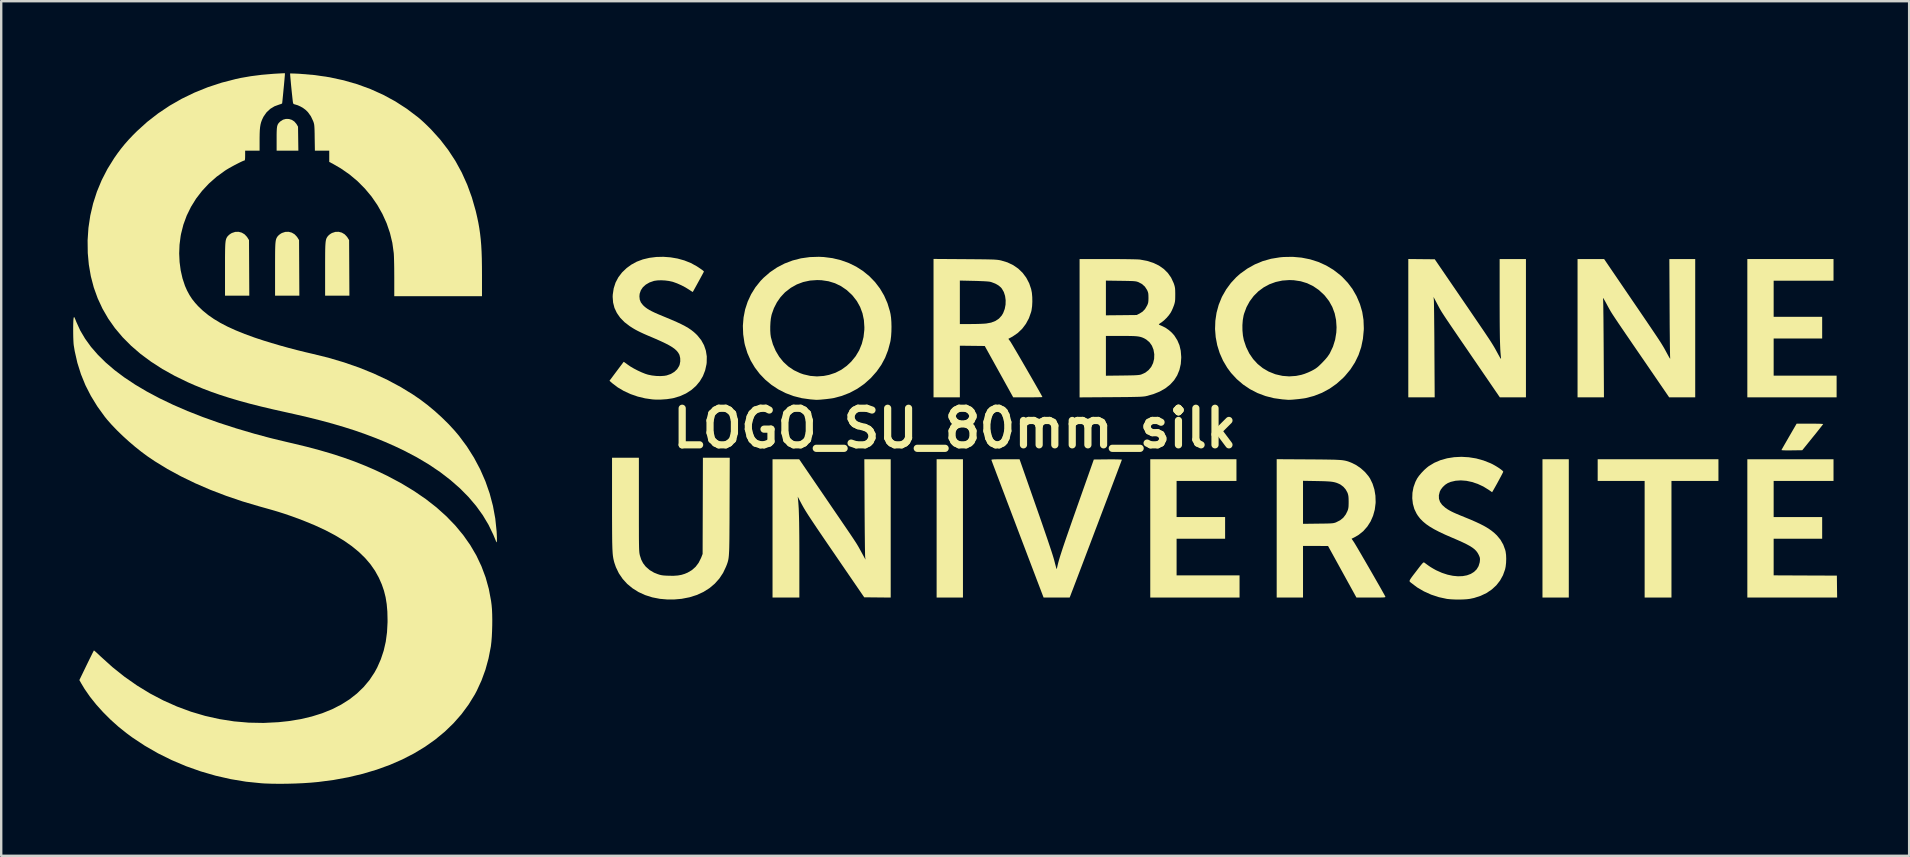
<source format=kicad_pcb>
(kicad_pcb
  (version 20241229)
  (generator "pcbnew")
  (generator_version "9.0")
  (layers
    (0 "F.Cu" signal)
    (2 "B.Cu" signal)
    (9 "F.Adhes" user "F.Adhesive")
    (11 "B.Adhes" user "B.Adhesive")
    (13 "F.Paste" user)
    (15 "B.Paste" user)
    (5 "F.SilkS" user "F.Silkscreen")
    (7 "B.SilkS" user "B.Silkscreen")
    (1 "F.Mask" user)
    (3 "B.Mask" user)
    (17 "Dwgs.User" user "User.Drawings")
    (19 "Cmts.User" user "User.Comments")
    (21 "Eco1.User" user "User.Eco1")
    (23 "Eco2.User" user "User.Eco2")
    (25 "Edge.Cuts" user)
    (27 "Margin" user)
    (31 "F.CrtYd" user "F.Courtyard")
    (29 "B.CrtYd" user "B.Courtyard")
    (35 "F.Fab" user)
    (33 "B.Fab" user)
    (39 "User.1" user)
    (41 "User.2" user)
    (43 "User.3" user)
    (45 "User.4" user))
  (footprint "LOGO_SU_80mm_silk"
    (layer "F.Cu")
    (at 36.739 14.8)
    (property "Reference" "LOGO_SU_80mm_silk" (at 0 0 0) (layer "F.SilkS") (effects (font (size 1.524 1.524) (thickness 0.3))))
    (attr board_only exclude_from_pos_files exclude_from_bom)
    (fp_poly (pts (xy 0.344 7.054) (xy -0.753 7.054) (xy -0.753 1.29) (xy 0.344 1.29)) (stroke (width 0) (type solid)) (fill yes) (layer "F.SilkS"))
    (fp_poly (pts (xy 25.594 7.054) (xy 24.497 7.054) (xy 24.497 1.29) (xy 25.594 1.29)) (stroke (width 0) (type solid)) (fill yes) (layer "F.SilkS"))
    (fp_poly (pts (xy 31.831 2.194) (xy 29.873 2.194) (xy 29.873 7.054) (xy 28.755 7.054) (xy 28.755 2.194) (xy 26.798 2.194) (xy 26.798 1.29) (xy 31.831 1.29)) (stroke (width 0) (type solid)) (fill yes) (layer "F.SilkS"))
    (fp_poly (pts (xy 11.743 2.194) (xy 9.248 2.194) (xy 9.248 3.699) (xy 11.27 3.699) (xy 11.27 4.603) (xy 9.248 4.603) (xy 9.248 6.13) (xy 11.872 6.13) (xy 11.872 7.054) (xy 8.151 7.054) (xy 8.151 1.29) (xy 11.743 1.29)) (stroke (width 0) (type solid)) (fill yes) (layer "F.SilkS"))
    (fp_poly (pts (xy 36.627 -6.151) (xy 34.132 -6.151) (xy 34.132 -4.646) (xy 36.154 -4.646) (xy 36.154 -3.742) (xy 34.132 -3.742) (xy 34.132 -2.194) (xy 36.756 -2.194) (xy 36.756 -1.29) (xy 33.035 -1.29) (xy 33.035 -7.054) (xy 36.627 -7.054)) (stroke (width 0) (type solid)) (fill yes) (layer "F.SilkS"))
    (fp_poly (pts (xy 36.627 2.194) (xy 34.132 2.194) (xy 34.132 3.699) (xy 36.154 3.699) (xy 36.154 4.603) (xy 34.132 4.603) (xy 34.132 6.129) (xy 35.449 6.135) (xy 36.767 6.14) (xy 36.772 6.597) (xy 36.778 7.054) (xy 33.035 7.054) (xy 33.035 1.29) (xy 36.627 1.29)) (stroke (width 0) (type solid)) (fill yes) (layer "F.SilkS"))
    (fp_poly (pts (xy -27.747 -12.891) (xy -27.628 -12.855) (xy -27.521 -12.785) (xy -27.435 -12.685) (xy -27.428 -12.673) (xy -27.368 -12.571) (xy -27.361 -12.071) (xy -27.354 -11.571) (xy -28.26 -11.571) (xy -28.26 -12.066) (xy -28.26 -12.242) (xy -28.257 -12.38) (xy -28.251 -12.488) (xy -28.241 -12.57) (xy -28.224 -12.634) (xy -28.201 -12.684) (xy -28.168 -12.728) (xy -28.126 -12.77) (xy -28.101 -12.793) (xy -27.992 -12.862) (xy -27.871 -12.894)) (stroke (width 0) (type solid)) (fill yes) (layer "F.SilkS"))
    (fp_poly (pts (xy -29.717 -8.156) (xy -29.598 -8.086) (xy -29.499 -7.982) (xy -29.476 -7.948) (xy -29.411 -7.843) (xy -29.399 -5.527) (xy -30.411 -5.527) (xy -30.411 -6.632) (xy -30.411 -6.893) (xy -30.411 -7.114) (xy -30.409 -7.3) (xy -30.407 -7.455) (xy -30.403 -7.581) (xy -30.398 -7.683) (xy -30.39 -7.763) (xy -30.381 -7.827) (xy -30.368 -7.878) (xy -30.353 -7.919) (xy -30.335 -7.954) (xy -30.313 -7.987) (xy -30.295 -8.011) (xy -30.244 -8.061) (xy -30.172 -8.113) (xy -30.121 -8.141) (xy -29.985 -8.185) (xy -29.848 -8.189)) (stroke (width 0) (type solid)) (fill yes) (layer "F.SilkS"))
    (fp_poly (pts (xy -27.631 -8.156) (xy -27.512 -8.086) (xy -27.413 -7.982) (xy -27.39 -7.948) (xy -27.325 -7.843) (xy -27.319 -6.685) (xy -27.313 -5.527) (xy -28.325 -5.527) (xy -28.325 -6.632) (xy -28.325 -6.893) (xy -28.324 -7.114) (xy -28.323 -7.3) (xy -28.321 -7.455) (xy -28.317 -7.581) (xy -28.312 -7.683) (xy -28.304 -7.763) (xy -28.295 -7.827) (xy -28.282 -7.878) (xy -28.267 -7.919) (xy -28.249 -7.954) (xy -28.227 -7.987) (xy -28.209 -8.011) (xy -28.158 -8.061) (xy -28.086 -8.113) (xy -28.035 -8.141) (xy -27.899 -8.185) (xy -27.762 -8.189)) (stroke (width 0) (type solid)) (fill yes) (layer "F.SilkS"))
    (fp_poly (pts (xy -25.545 -8.156) (xy -25.426 -8.086) (xy -25.327 -7.982) (xy -25.304 -7.948) (xy -25.239 -7.843) (xy -25.233 -6.685) (xy -25.227 -5.527) (xy -26.239 -5.527) (xy -26.239 -6.632) (xy -26.239 -6.893) (xy -26.238 -7.114) (xy -26.237 -7.3) (xy -26.235 -7.455) (xy -26.231 -7.581) (xy -26.225 -7.683) (xy -26.218 -7.763) (xy -26.208 -7.827) (xy -26.196 -7.878) (xy -26.181 -7.919) (xy -26.162 -7.954) (xy -26.14 -7.987) (xy -26.122 -8.011) (xy -26.072 -8.061) (xy -26 -8.113) (xy -25.949 -8.141) (xy -25.813 -8.185) (xy -25.676 -8.189)) (stroke (width 0) (type solid)) (fill yes) (layer "F.SilkS"))
    (fp_poly (pts (xy 35.792 -0.193) (xy 35.926 -0.191) (xy 36.039 -0.189) (xy 36.125 -0.185) (xy 36.179 -0.181) (xy 36.195 -0.177) (xy 36.182 -0.157) (xy 36.145 -0.108) (xy 36.087 -0.034) (xy 36.011 0.062) (xy 35.922 0.175) (xy 35.821 0.3) (xy 35.759 0.376) (xy 35.325 0.914) (xy 34.888 0.92) (xy 34.737 0.921) (xy 34.615 0.92) (xy 34.526 0.917) (xy 34.472 0.912) (xy 34.458 0.905) (xy 34.47 0.882) (xy 34.501 0.827) (xy 34.548 0.744) (xy 34.609 0.638) (xy 34.68 0.515) (xy 34.758 0.379) (xy 34.777 0.346) (xy 35.089 -0.192) (xy 35.643 -0.193)) (stroke (width 0) (type solid)) (fill yes) (layer "F.SilkS"))
    (fp_poly (pts (xy -5.332 2.973) (xy -5.133 3.265) (xy -4.956 3.524) (xy -4.8 3.752) (xy -4.664 3.952) (xy -4.545 4.126) (xy -4.443 4.276) (xy -4.355 4.405) (xy -4.281 4.516) (xy -4.218 4.61) (xy -4.166 4.69) (xy -4.121 4.758) (xy -4.084 4.817) (xy -4.052 4.87) (xy -4.023 4.918) (xy -3.997 4.964) (xy -3.971 5.011) (xy -3.944 5.06) (xy -3.914 5.114) (xy -3.888 5.162) (xy -3.718 5.474) (xy -3.732 5.355) (xy -3.734 5.317) (xy -3.736 5.238) (xy -3.738 5.123) (xy -3.741 4.975) (xy -3.743 4.797) (xy -3.745 4.592) (xy -3.748 4.364) (xy -3.75 4.115) (xy -3.752 3.849) (xy -3.754 3.57) (xy -3.756 3.28) (xy -3.756 3.264) (xy -3.766 1.29) (xy -2.667 1.29) (xy -2.667 7.055) (xy -3.771 7.044) (xy -4.715 5.667) (xy -4.939 5.339) (xy -5.141 5.044) (xy -5.322 4.78) (xy -5.482 4.545) (xy -5.624 4.336) (xy -5.749 4.152) (xy -5.857 3.99) (xy -5.952 3.848) (xy -6.034 3.724) (xy -6.105 3.616) (xy -6.165 3.521) (xy -6.218 3.437) (xy -6.263 3.362) (xy -6.303 3.294) (xy -6.338 3.231) (xy -6.372 3.17) (xy -6.388 3.14) (xy -6.541 2.85) (xy -6.529 2.968) (xy -6.518 3.082) (xy -6.509 3.212) (xy -6.5 3.359) (xy -6.494 3.528) (xy -6.488 3.72) (xy -6.483 3.938) (xy -6.48 4.186) (xy -6.477 4.466) (xy -6.475 4.782) (xy -6.474 5.135) (xy -6.474 5.425) (xy -6.474 7.054) (xy -7.592 7.054) (xy -7.592 1.29) (xy -6.482 1.29)) (stroke (width 0) (type solid)) (fill yes) (layer "F.SilkS"))
    (fp_poly (pts (xy 19.457 -7.049) (xy 20.008 -7.044) (xy 21.038 -5.538) (xy 21.249 -5.23) (xy 21.437 -4.955) (xy 21.603 -4.711) (xy 21.75 -4.495) (xy 21.879 -4.306) (xy 21.991 -4.141) (xy 22.089 -3.997) (xy 22.172 -3.873) (xy 22.244 -3.765) (xy 22.305 -3.673) (xy 22.357 -3.592) (xy 22.401 -3.522) (xy 22.44 -3.459) (xy 22.474 -3.402) (xy 22.506 -3.348) (xy 22.536 -3.294) (xy 22.566 -3.24) (xy 22.598 -3.181) (xy 22.603 -3.172) (xy 22.666 -3.056) (xy 22.712 -2.974) (xy 22.743 -2.923) (xy 22.761 -2.9) (xy 22.769 -2.9) (xy 22.77 -2.921) (xy 22.766 -2.957) (xy 22.756 -3.055) (xy 22.747 -3.165) (xy 22.739 -3.291) (xy 22.733 -3.434) (xy 22.727 -3.599) (xy 22.722 -3.788) (xy 22.719 -4.005) (xy 22.716 -4.251) (xy 22.714 -4.53) (xy 22.713 -4.845) (xy 22.712 -5.198) (xy 22.712 -5.371) (xy 22.712 -7.054) (xy 23.808 -7.054) (xy 23.808 -1.29) (xy 22.72 -1.29) (xy 21.568 -2.973) (xy 21.366 -3.269) (xy 21.186 -3.531) (xy 21.027 -3.763) (xy 20.889 -3.966) (xy 20.768 -4.143) (xy 20.663 -4.297) (xy 20.574 -4.429) (xy 20.497 -4.543) (xy 20.433 -4.639) (xy 20.379 -4.722) (xy 20.333 -4.793) (xy 20.294 -4.854) (xy 20.261 -4.909) (xy 20.232 -4.959) (xy 20.205 -5.006) (xy 20.18 -5.054) (xy 20.153 -5.104) (xy 20.124 -5.159) (xy 20.109 -5.186) (xy 19.957 -5.474) (xy 19.97 -5.345) (xy 19.972 -5.304) (xy 19.974 -5.224) (xy 19.976 -5.108) (xy 19.978 -4.958) (xy 19.981 -4.779) (xy 19.983 -4.573) (xy 19.985 -4.343) (xy 19.988 -4.094) (xy 19.99 -3.828) (xy 19.992 -3.548) (xy 19.993 -3.258) (xy 19.993 -3.253) (xy 20.005 -1.29) (xy 18.905 -1.29) (xy 18.905 -7.055)) (stroke (width 0) (type solid)) (fill yes) (layer "F.SilkS"))
    (fp_poly (pts (xy 30.863 -1.29) (xy 30.32 -1.291) (xy 29.777 -1.291) (xy 28.626 -2.971) (xy 28.426 -3.262) (xy 28.249 -3.52) (xy 28.094 -3.748) (xy 27.957 -3.947) (xy 27.839 -4.121) (xy 27.736 -4.271) (xy 27.649 -4.4) (xy 27.575 -4.511) (xy 27.512 -4.605) (xy 27.459 -4.685) (xy 27.414 -4.754) (xy 27.376 -4.814) (xy 27.343 -4.868) (xy 27.314 -4.918) (xy 27.287 -4.965) (xy 27.26 -5.014) (xy 27.232 -5.065) (xy 27.201 -5.122) (xy 27.18 -5.162) (xy 27.118 -5.276) (xy 27.073 -5.355) (xy 27.044 -5.404) (xy 27.027 -5.425) (xy 27.02 -5.422) (xy 27.02 -5.398) (xy 27.024 -5.366) (xy 27.026 -5.329) (xy 27.028 -5.252) (xy 27.031 -5.139) (xy 27.033 -4.992) (xy 27.035 -4.815) (xy 27.038 -4.612) (xy 27.04 -4.384) (xy 27.042 -4.136) (xy 27.044 -3.871) (xy 27.046 -3.592) (xy 27.048 -3.302) (xy 27.048 -3.274) (xy 27.059 -1.29) (xy 25.959 -1.29) (xy 25.959 -7.054) (xy 26.513 -7.053) (xy 27.067 -7.052) (xy 28.237 -5.335) (xy 28.438 -5.041) (xy 28.615 -4.781) (xy 28.772 -4.55) (xy 28.909 -4.348) (xy 29.028 -4.172) (xy 29.132 -4.018) (xy 29.221 -3.886) (xy 29.298 -3.771) (xy 29.363 -3.671) (xy 29.419 -3.585) (xy 29.467 -3.509) (xy 29.508 -3.441) (xy 29.546 -3.378) (xy 29.58 -3.319) (xy 29.613 -3.259) (xy 29.646 -3.198) (xy 29.681 -3.133) (xy 29.695 -3.108) (xy 29.75 -3.007) (xy 29.787 -2.941) (xy 29.81 -2.908) (xy 29.82 -2.904) (xy 29.82 -2.925) (xy 29.819 -2.936) (xy 29.817 -2.969) (xy 29.814 -3.043) (xy 29.812 -3.153) (xy 29.81 -3.297) (xy 29.807 -3.471) (xy 29.805 -3.673) (xy 29.803 -3.899) (xy 29.8 -4.145) (xy 29.798 -4.41) (xy 29.797 -4.689) (xy 29.795 -4.98) (xy 29.795 -5.038) (xy 29.785 -7.054) (xy 30.863 -7.054)) (stroke (width 0) (type solid)) (fill yes) (layer "F.SilkS"))
    (fp_poly (pts (xy -27.615 -14.787) (xy -27.527 -14.785) (xy -27.416 -14.78) (xy -27.292 -14.774) (xy -26.662 -14.72) (xy -26.053 -14.63) (xy -25.463 -14.502) (xy -24.894 -14.338) (xy -24.346 -14.137) (xy -23.82 -13.9) (xy -23.316 -13.627) (xy -22.836 -13.317) (xy -22.379 -12.972) (xy -22.292 -12.9) (xy -22.211 -12.828) (xy -22.109 -12.735) (xy -21.998 -12.629) (xy -21.887 -12.519) (xy -21.818 -12.45) (xy -21.447 -12.039) (xy -21.111 -11.603) (xy -20.81 -11.144) (xy -20.545 -10.66) (xy -20.316 -10.151) (xy -20.122 -9.619) (xy -19.963 -9.063) (xy -19.959 -9.046) (xy -19.903 -8.805) (xy -19.854 -8.573) (xy -19.814 -8.346) (xy -19.781 -8.117) (xy -19.754 -7.88) (xy -19.733 -7.63) (xy -19.718 -7.36) (xy -19.708 -7.066) (xy -19.703 -6.741) (xy -19.701 -6.378) (xy -19.701 -6.361) (xy -19.701 -5.506) (xy -23.357 -5.506) (xy -23.357 -6.285) (xy -23.358 -6.477) (xy -23.359 -6.665) (xy -23.362 -6.844) (xy -23.366 -7.005) (xy -23.37 -7.143) (xy -23.375 -7.25) (xy -23.379 -7.306) (xy -23.437 -7.728) (xy -23.537 -8.142) (xy -23.675 -8.545) (xy -23.851 -8.934) (xy -24.062 -9.307) (xy -24.306 -9.661) (xy -24.583 -9.992) (xy -24.889 -10.3) (xy -25.223 -10.58) (xy -25.583 -10.83) (xy -25.881 -11.003) (xy -26.067 -11.101) (xy -26.067 -11.571) (xy -26.665 -11.571) (xy -26.674 -12.114) (xy -26.676 -12.282) (xy -26.679 -12.413) (xy -26.683 -12.515) (xy -26.688 -12.592) (xy -26.694 -12.651) (xy -26.704 -12.7) (xy -26.716 -12.743) (xy -26.732 -12.788) (xy -26.737 -12.801) (xy -26.832 -13.003) (xy -26.952 -13.171) (xy -27.039 -13.259) (xy -27.139 -13.336) (xy -27.258 -13.407) (xy -27.378 -13.462) (xy -27.486 -13.495) (xy -27.49 -13.496) (xy -27.544 -13.511) (xy -27.569 -13.539) (xy -27.581 -13.589) (xy -27.589 -13.649) (xy -27.599 -13.738) (xy -27.611 -13.85) (xy -27.625 -13.978) (xy -27.639 -14.115) (xy -27.653 -14.255) (xy -27.666 -14.392) (xy -27.677 -14.518) (xy -27.687 -14.627) (xy -27.694 -14.712) (xy -27.698 -14.768) (xy -27.698 -14.786) (xy -27.674 -14.788)) (stroke (width 0) (type solid)) (fill yes) (layer "F.SilkS"))
    (fp_poly (pts (xy 0.425 -7.049) (xy 0.696 -7.047) (xy 0.928 -7.045) (xy 1.125 -7.043) (xy 1.29 -7.041) (xy 1.426 -7.038) (xy 1.538 -7.035) (xy 1.63 -7.032) (xy 1.704 -7.027) (xy 1.765 -7.022) (xy 1.816 -7.016) (xy 1.862 -7.009) (xy 1.905 -7) (xy 1.934 -6.994) (xy 2.197 -6.915) (xy 2.436 -6.801) (xy 2.648 -6.655) (xy 2.831 -6.479) (xy 2.984 -6.274) (xy 3.105 -6.042) (xy 3.186 -5.804) (xy 3.217 -5.647) (xy 3.233 -5.465) (xy 3.236 -5.273) (xy 3.226 -5.086) (xy 3.202 -4.917) (xy 3.186 -4.85) (xy 3.095 -4.59) (xy 2.969 -4.355) (xy 2.812 -4.147) (xy 2.624 -3.968) (xy 2.407 -3.82) (xy 2.366 -3.798) (xy 2.236 -3.728) (xy 2.308 -3.633) (xy 2.329 -3.602) (xy 2.368 -3.538) (xy 2.423 -3.447) (xy 2.491 -3.33) (xy 2.572 -3.194) (xy 2.662 -3.04) (xy 2.759 -2.874) (xy 2.86 -2.699) (xy 2.965 -2.519) (xy 3.069 -2.338) (xy 3.172 -2.16) (xy 3.271 -1.988) (xy 3.363 -1.827) (xy 3.447 -1.681) (xy 3.519 -1.553) (xy 3.579 -1.447) (xy 3.623 -1.367) (xy 3.649 -1.318) (xy 3.656 -1.302) (xy 3.636 -1.299) (xy 3.577 -1.296) (xy 3.487 -1.294) (xy 3.37 -1.292) (xy 3.231 -1.291) (xy 3.077 -1.29) (xy 3.048 -1.29) (xy 2.439 -1.29) (xy 1.253 -3.43) (xy 0.734 -3.436) (xy 0.215 -3.442) (xy 0.215 -1.29) (xy -0.882 -1.29) (xy -0.882 -6.157) (xy 0.215 -6.157) (xy 0.215 -4.344) (xy 0.661 -4.345) (xy 0.812 -4.346) (xy 0.963 -4.349) (xy 1.104 -4.354) (xy 1.223 -4.36) (xy 1.311 -4.367) (xy 1.312 -4.367) (xy 1.52 -4.405) (xy 1.698 -4.474) (xy 1.845 -4.572) (xy 1.961 -4.701) (xy 2.021 -4.804) (xy 2.086 -4.975) (xy 2.12 -5.156) (xy 2.124 -5.339) (xy 2.1 -5.517) (xy 2.047 -5.68) (xy 1.966 -5.82) (xy 1.927 -5.868) (xy 1.824 -5.955) (xy 1.69 -6.031) (xy 1.535 -6.09) (xy 1.473 -6.107) (xy 1.422 -6.114) (xy 1.335 -6.122) (xy 1.219 -6.129) (xy 1.08 -6.135) (xy 0.927 -6.141) (xy 0.79 -6.144) (xy 0.215 -6.157) (xy -0.882 -6.157) (xy -0.882 -7.058)) (stroke (width 0) (type solid)) (fill yes) (layer "F.SilkS"))
    (fp_poly (pts (xy -13.162 3.18) (xy -13.162 3.515) (xy -13.162 3.809) (xy -13.162 4.067) (xy -13.161 4.29) (xy -13.161 4.481) (xy -13.16 4.643) (xy -13.158 4.78) (xy -13.156 4.893) (xy -13.154 4.986) (xy -13.151 5.062) (xy -13.147 5.122) (xy -13.143 5.171) (xy -13.138 5.211) (xy -13.132 5.245) (xy -13.126 5.275) (xy -13.12 5.3) (xy -13.063 5.476) (xy -12.987 5.623) (xy -12.887 5.753) (xy -12.869 5.772) (xy -12.712 5.91) (xy -12.53 6.017) (xy -12.377 6.078) (xy -12.298 6.104) (xy -12.225 6.121) (xy -12.146 6.133) (xy -12.05 6.14) (xy -11.923 6.145) (xy -11.904 6.146) (xy -11.706 6.147) (xy -11.539 6.135) (xy -11.392 6.109) (xy -11.254 6.067) (xy -11.13 6.015) (xy -10.95 5.908) (xy -10.798 5.773) (xy -10.672 5.606) (xy -10.571 5.404) (xy -10.554 5.362) (xy -10.506 5.237) (xy -10.5 3.231) (xy -10.494 1.226) (xy -9.375 1.226) (xy -9.383 3.253) (xy -9.384 3.604) (xy -9.385 3.915) (xy -9.387 4.188) (xy -9.388 4.427) (xy -9.39 4.634) (xy -9.393 4.813) (xy -9.396 4.966) (xy -9.4 5.096) (xy -9.406 5.206) (xy -9.412 5.298) (xy -9.42 5.377) (xy -9.429 5.443) (xy -9.441 5.502) (xy -9.454 5.554) (xy -9.469 5.603) (xy -9.486 5.653) (xy -9.506 5.705) (xy -9.529 5.763) (xy -9.529 5.764) (xy -9.653 6.027) (xy -9.811 6.265) (xy -10.002 6.478) (xy -10.223 6.664) (xy -10.473 6.821) (xy -10.75 6.948) (xy -11.051 7.043) (xy -11.376 7.106) (xy -11.39 7.108) (xy -11.688 7.134) (xy -11.996 7.133) (xy -12.284 7.108) (xy -12.604 7.046) (xy -12.902 6.951) (xy -13.177 6.825) (xy -13.426 6.669) (xy -13.648 6.486) (xy -13.838 6.277) (xy -13.997 6.044) (xy -14.12 5.788) (xy -14.182 5.609) (xy -14.198 5.551) (xy -14.212 5.494) (xy -14.225 5.435) (xy -14.236 5.372) (xy -14.246 5.301) (xy -14.254 5.221) (xy -14.26 5.126) (xy -14.266 5.016) (xy -14.27 4.886) (xy -14.274 4.735) (xy -14.276 4.558) (xy -14.278 4.353) (xy -14.279 4.118) (xy -14.28 3.849) (xy -14.281 3.543) (xy -14.281 3.198) (xy -14.281 3.135) (xy -14.281 1.226) (xy -13.162 1.226)) (stroke (width 0) (type solid)) (fill yes) (layer "F.SilkS"))
    (fp_poly (pts (xy 3.386 3.24) (xy 3.527 3.642) (xy 3.654 4.008) (xy 3.767 4.337) (xy 3.867 4.629) (xy 3.952 4.883) (xy 4.024 5.099) (xy 4.081 5.276) (xy 4.123 5.414) (xy 4.151 5.512) (xy 4.154 5.524) (xy 4.183 5.638) (xy 4.209 5.736) (xy 4.229 5.811) (xy 4.242 5.856) (xy 4.246 5.866) (xy 4.255 5.852) (xy 4.268 5.806) (xy 4.278 5.76) (xy 4.295 5.687) (xy 4.315 5.606) (xy 4.34 5.514) (xy 4.371 5.409) (xy 4.408 5.288) (xy 4.453 5.148) (xy 4.505 4.988) (xy 4.567 4.804) (xy 4.639 4.594) (xy 4.722 4.355) (xy 4.816 4.085) (xy 4.922 3.781) (xy 5.042 3.441) (xy 5.125 3.205) (xy 5.798 1.301) (xy 6.383 1.295) (xy 6.537 1.295) (xy 6.675 1.295) (xy 6.793 1.297) (xy 6.885 1.3) (xy 6.945 1.303) (xy 6.968 1.308) (xy 6.968 1.308) (xy 6.961 1.33) (xy 6.939 1.388) (xy 6.904 1.482) (xy 6.857 1.607) (xy 6.799 1.761) (xy 6.731 1.942) (xy 6.654 2.146) (xy 6.569 2.371) (xy 6.477 2.614) (xy 6.38 2.873) (xy 6.277 3.144) (xy 6.171 3.424) (xy 6.062 3.712) (xy 5.952 4.004) (xy 5.84 4.297) (xy 5.73 4.589) (xy 5.621 4.877) (xy 5.514 5.158) (xy 5.411 5.43) (xy 5.313 5.689) (xy 5.22 5.933) (xy 5.134 6.159) (xy 5.056 6.364) (xy 4.987 6.545) (xy 4.928 6.701) (xy 4.879 6.827) (xy 4.843 6.922) (xy 4.82 6.982) (xy 4.815 6.995) (xy 4.791 7.054) (xy 3.705 7.054) (xy 3.658 6.931) (xy 3.615 6.819) (xy 3.561 6.676) (xy 3.496 6.506) (xy 3.421 6.311) (xy 3.339 6.093) (xy 3.249 5.857) (xy 3.153 5.604) (xy 3.051 5.337) (xy 2.946 5.059) (xy 2.837 4.773) (xy 2.726 4.481) (xy 2.614 4.187) (xy 2.503 3.892) (xy 2.392 3.601) (xy 2.284 3.315) (xy 2.178 3.038) (xy 2.078 2.771) (xy 1.982 2.519) (xy 1.893 2.283) (xy 1.811 2.067) (xy 1.737 1.873) (xy 1.674 1.704) (xy 1.62 1.563) (xy 1.579 1.453) (xy 1.55 1.375) (xy 1.534 1.334) (xy 1.532 1.328) (xy 1.531 1.317) (xy 1.539 1.308) (xy 1.561 1.302) (xy 1.6 1.297) (xy 1.661 1.294) (xy 1.749 1.292) (xy 1.87 1.291) (xy 2.026 1.29) (xy 2.112 1.29) (xy 2.703 1.29)) (stroke (width 0) (type solid)) (fill yes) (layer "F.SilkS"))
    (fp_poly (pts (xy 14.749 1.296) (xy 15.035 1.298) (xy 15.283 1.3) (xy 15.495 1.303) (xy 15.675 1.306) (xy 15.826 1.309) (xy 15.953 1.315) (xy 16.06 1.321) (xy 16.149 1.329) (xy 16.224 1.34) (xy 16.29 1.353) (xy 16.35 1.368) (xy 16.407 1.386) (xy 16.465 1.408) (xy 16.529 1.433) (xy 16.534 1.435) (xy 16.735 1.535) (xy 16.927 1.668) (xy 17.102 1.825) (xy 17.248 1.999) (xy 17.311 2.093) (xy 17.416 2.31) (xy 17.492 2.551) (xy 17.535 2.808) (xy 17.544 3.071) (xy 17.542 3.119) (xy 17.508 3.39) (xy 17.437 3.646) (xy 17.334 3.882) (xy 17.198 4.095) (xy 17.033 4.282) (xy 16.84 4.439) (xy 16.653 4.548) (xy 16.541 4.603) (xy 16.634 4.737) (xy 16.659 4.776) (xy 16.702 4.847) (xy 16.761 4.946) (xy 16.833 5.069) (xy 16.917 5.212) (xy 17.009 5.371) (xy 17.108 5.541) (xy 17.211 5.719) (xy 17.316 5.9) (xy 17.42 6.081) (xy 17.521 6.257) (xy 17.617 6.425) (xy 17.706 6.579) (xy 17.784 6.717) (xy 17.849 6.834) (xy 17.901 6.925) (xy 17.934 6.988) (xy 17.949 7.017) (xy 17.951 7.028) (xy 17.944 7.036) (xy 17.924 7.043) (xy 17.887 7.048) (xy 17.828 7.051) (xy 17.742 7.053) (xy 17.624 7.054) (xy 17.472 7.054) (xy 17.353 7.054) (xy 16.743 7.053) (xy 15.56 4.905) (xy 15.039 4.904) (xy 14.517 4.904) (xy 14.517 7.054) (xy 13.42 7.054) (xy 13.42 2.189) (xy 14.517 2.189) (xy 14.517 3.982) (xy 15.146 3.974) (xy 15.329 3.972) (xy 15.474 3.97) (xy 15.587 3.967) (xy 15.674 3.963) (xy 15.74 3.958) (xy 15.79 3.951) (xy 15.831 3.941) (xy 15.868 3.93) (xy 15.897 3.918) (xy 16.063 3.834) (xy 16.196 3.726) (xy 16.3 3.589) (xy 16.371 3.444) (xy 16.393 3.383) (xy 16.407 3.322) (xy 16.415 3.25) (xy 16.418 3.154) (xy 16.419 3.065) (xy 16.417 2.944) (xy 16.412 2.855) (xy 16.401 2.785) (xy 16.384 2.723) (xy 16.37 2.684) (xy 16.3 2.555) (xy 16.201 2.439) (xy 16.084 2.35) (xy 16.044 2.328) (xy 15.971 2.295) (xy 15.901 2.268) (xy 15.828 2.248) (xy 15.746 2.232) (xy 15.648 2.22) (xy 15.528 2.212) (xy 15.381 2.205) (xy 15.199 2.201) (xy 15.103 2.199) (xy 14.517 2.189) (xy 13.42 2.189) (xy 13.42 1.288)) (stroke (width 0) (type solid)) (fill yes) (layer "F.SilkS"))
    (fp_poly (pts (xy -5.46 -7.138) (xy -5.093 -7.091) (xy -4.743 -7.006) (xy -4.411 -6.887) (xy -4.101 -6.734) (xy -3.814 -6.549) (xy -3.553 -6.335) (xy -3.319 -6.093) (xy -3.114 -5.824) (xy -2.942 -5.532) (xy -2.803 -5.216) (xy -2.701 -4.88) (xy -2.674 -4.76) (xy -2.652 -4.609) (xy -2.639 -4.429) (xy -2.634 -4.232) (xy -2.638 -4.032) (xy -2.65 -3.841) (xy -2.671 -3.672) (xy -2.685 -3.598) (xy -2.777 -3.255) (xy -2.9 -2.938) (xy -3.058 -2.644) (xy -3.253 -2.367) (xy -3.487 -2.103) (xy -3.505 -2.085) (xy -3.771 -1.848) (xy -4.063 -1.645) (xy -4.376 -1.478) (xy -4.707 -1.349) (xy -5.043 -1.26) (xy -5.125 -1.246) (xy -5.232 -1.232) (xy -5.353 -1.217) (xy -5.477 -1.205) (xy -5.593 -1.194) (xy -5.692 -1.188) (xy -5.762 -1.186) (xy -5.775 -1.186) (xy -5.815 -1.189) (xy -5.885 -1.195) (xy -5.974 -1.202) (xy -6.015 -1.205) (xy -6.372 -1.255) (xy -6.715 -1.342) (xy -7.04 -1.464) (xy -7.347 -1.62) (xy -7.632 -1.807) (xy -7.892 -2.023) (xy -8.125 -2.265) (xy -8.329 -2.533) (xy -8.502 -2.823) (xy -8.639 -3.133) (xy -8.74 -3.462) (xy -8.762 -3.557) (xy -8.815 -3.916) (xy -8.827 -4.241) (xy -7.687 -4.241) (xy -7.687 -4.073) (xy -7.678 -3.92) (xy -7.66 -3.796) (xy -7.577 -3.499) (xy -7.46 -3.226) (xy -7.313 -2.98) (xy -7.136 -2.762) (xy -6.93 -2.574) (xy -6.699 -2.419) (xy -6.442 -2.298) (xy -6.302 -2.249) (xy -6.021 -2.184) (xy -5.741 -2.162) (xy -5.458 -2.182) (xy -5.236 -2.226) (xy -4.971 -2.314) (xy -4.727 -2.438) (xy -4.5 -2.601) (xy -4.311 -2.779) (xy -4.127 -3.005) (xy -3.98 -3.252) (xy -3.871 -3.519) (xy -3.799 -3.804) (xy -3.766 -4.105) (xy -3.764 -4.212) (xy -3.784 -4.511) (xy -3.843 -4.793) (xy -3.941 -5.056) (xy -4.077 -5.301) (xy -4.251 -5.525) (xy -4.288 -5.565) (xy -4.505 -5.765) (xy -4.739 -5.925) (xy -4.99 -6.046) (xy -5.258 -6.128) (xy -5.545 -6.171) (xy -5.732 -6.178) (xy -6.03 -6.157) (xy -6.313 -6.096) (xy -6.579 -5.996) (xy -6.828 -5.856) (xy -7.059 -5.678) (xy -7.081 -5.658) (xy -7.256 -5.47) (xy -7.409 -5.251) (xy -7.533 -5.01) (xy -7.624 -4.755) (xy -7.638 -4.698) (xy -7.663 -4.567) (xy -7.679 -4.41) (xy -7.687 -4.241) (xy -8.827 -4.241) (xy -8.828 -4.27) (xy -8.8 -4.617) (xy -8.734 -4.954) (xy -8.628 -5.277) (xy -8.485 -5.586) (xy -8.305 -5.876) (xy -8.089 -6.145) (xy -7.969 -6.269) (xy -7.699 -6.504) (xy -7.405 -6.703) (xy -7.09 -6.867) (xy -6.756 -6.994) (xy -6.405 -7.084) (xy -6.04 -7.135) (xy -5.663 -7.147)) (stroke (width 0) (type solid)) (fill yes) (layer "F.SilkS"))
    (fp_poly (pts (xy 14.456 -7.113) (xy 14.813 -7.042) (xy 15.155 -6.933) (xy 15.479 -6.787) (xy 15.782 -6.606) (xy 16.062 -6.39) (xy 16.158 -6.303) (xy 16.385 -6.062) (xy 16.578 -5.805) (xy 16.742 -5.52) (xy 16.754 -5.495) (xy 16.89 -5.176) (xy 16.985 -4.852) (xy 17.038 -4.519) (xy 17.051 -4.173) (xy 17.049 -4.097) (xy 17.014 -3.73) (xy 16.942 -3.382) (xy 16.831 -3.054) (xy 16.681 -2.745) (xy 16.493 -2.453) (xy 16.265 -2.179) (xy 16.185 -2.096) (xy 15.914 -1.854) (xy 15.621 -1.648) (xy 15.307 -1.479) (xy 14.975 -1.349) (xy 14.636 -1.26) (xy 14.554 -1.246) (xy 14.447 -1.232) (xy 14.326 -1.217) (xy 14.202 -1.205) (xy 14.086 -1.194) (xy 13.987 -1.188) (xy 13.917 -1.186) (xy 13.904 -1.186) (xy 13.864 -1.189) (xy 13.794 -1.195) (xy 13.705 -1.202) (xy 13.664 -1.205) (xy 13.301 -1.255) (xy 12.953 -1.344) (xy 12.621 -1.469) (xy 12.309 -1.63) (xy 12.019 -1.825) (xy 11.755 -2.051) (xy 11.518 -2.308) (xy 11.36 -2.521) (xy 11.184 -2.819) (xy 11.044 -3.134) (xy 10.942 -3.462) (xy 10.878 -3.798) (xy 10.851 -4.138) (xy 10.857 -4.297) (xy 11.991 -4.297) (xy 11.993 -4.077) (xy 12.013 -3.864) (xy 12.05 -3.675) (xy 12.147 -3.386) (xy 12.276 -3.122) (xy 12.436 -2.887) (xy 12.625 -2.681) (xy 12.842 -2.506) (xy 13.085 -2.364) (xy 13.352 -2.257) (xy 13.377 -2.249) (xy 13.658 -2.185) (xy 13.94 -2.163) (xy 14.227 -2.183) (xy 14.446 -2.227) (xy 14.582 -2.269) (xy 14.732 -2.328) (xy 14.866 -2.39) (xy 14.96 -2.44) (xy 15.037 -2.486) (xy 15.107 -2.537) (xy 15.18 -2.6) (xy 15.267 -2.684) (xy 15.313 -2.73) (xy 15.437 -2.861) (xy 15.533 -2.975) (xy 15.607 -3.081) (xy 15.635 -3.127) (xy 15.766 -3.403) (xy 15.856 -3.692) (xy 15.905 -3.993) (xy 15.915 -4.212) (xy 15.895 -4.511) (xy 15.836 -4.793) (xy 15.738 -5.056) (xy 15.602 -5.301) (xy 15.428 -5.525) (xy 15.391 -5.565) (xy 15.174 -5.765) (xy 14.94 -5.925) (xy 14.689 -6.046) (xy 14.421 -6.128) (xy 14.134 -6.171) (xy 13.947 -6.178) (xy 13.655 -6.157) (xy 13.377 -6.097) (xy 13.115 -6.001) (xy 12.874 -5.87) (xy 12.654 -5.707) (xy 12.461 -5.514) (xy 12.296 -5.294) (xy 12.162 -5.049) (xy 12.062 -4.78) (xy 12.04 -4.699) (xy 12.007 -4.51) (xy 11.991 -4.297) (xy 10.857 -4.297) (xy 10.863 -4.479) (xy 10.913 -4.815) (xy 11.002 -5.143) (xy 11.129 -5.458) (xy 11.153 -5.506) (xy 11.318 -5.793) (xy 11.514 -6.059) (xy 11.735 -6.297) (xy 11.899 -6.442) (xy 12.197 -6.656) (xy 12.51 -6.831) (xy 12.838 -6.967) (xy 13.185 -7.065) (xy 13.552 -7.125) (xy 13.707 -7.139) (xy 14.086 -7.146)) (stroke (width 0) (type solid)) (fill yes) (layer "F.SilkS"))
    (fp_poly (pts (xy 6.382 -7.054) (xy 6.609 -7.053) (xy 6.828 -7.052) (xy 7.033 -7.05) (xy 7.221 -7.048) (xy 7.386 -7.045) (xy 7.524 -7.042) (xy 7.631 -7.038) (xy 7.702 -7.034) (xy 7.721 -7.032) (xy 8.014 -6.978) (xy 8.278 -6.894) (xy 8.511 -6.782) (xy 8.713 -6.641) (xy 8.883 -6.473) (xy 9.02 -6.279) (xy 9.123 -6.057) (xy 9.134 -6.029) (xy 9.158 -5.954) (xy 9.175 -5.889) (xy 9.185 -5.821) (xy 9.19 -5.738) (xy 9.192 -5.63) (xy 9.192 -5.57) (xy 9.191 -5.447) (xy 9.188 -5.355) (xy 9.18 -5.282) (xy 9.166 -5.216) (xy 9.146 -5.147) (xy 9.132 -5.108) (xy 9.093 -5.008) (xy 9.047 -4.904) (xy 9.002 -4.82) (xy 8.999 -4.814) (xy 8.923 -4.707) (xy 8.827 -4.597) (xy 8.723 -4.496) (xy 8.622 -4.416) (xy 8.587 -4.394) (xy 8.537 -4.36) (xy 8.511 -4.333) (xy 8.51 -4.323) (xy 8.538 -4.308) (xy 8.593 -4.283) (xy 8.646 -4.261) (xy 8.781 -4.193) (xy 8.92 -4.097) (xy 9.049 -3.985) (xy 9.153 -3.868) (xy 9.154 -3.866) (xy 9.279 -3.668) (xy 9.368 -3.459) (xy 9.421 -3.233) (xy 9.441 -2.983) (xy 9.442 -2.946) (xy 9.423 -2.679) (xy 9.366 -2.432) (xy 9.273 -2.206) (xy 9.144 -2.002) (xy 8.979 -1.822) (xy 8.779 -1.664) (xy 8.545 -1.531) (xy 8.277 -1.423) (xy 7.979 -1.341) (xy 7.939 -1.333) (xy 7.892 -1.327) (xy 7.834 -1.321) (xy 7.762 -1.316) (xy 7.671 -1.312) (xy 7.559 -1.309) (xy 7.422 -1.306) (xy 7.256 -1.303) (xy 7.058 -1.301) (xy 6.825 -1.299) (xy 6.553 -1.297) (xy 6.511 -1.297) (xy 5.205 -1.288) (xy 5.205 -2.191) (xy 6.302 -2.191) (xy 6.984 -2.199) (xy 7.183 -2.202) (xy 7.343 -2.205) (xy 7.47 -2.208) (xy 7.569 -2.213) (xy 7.645 -2.219) (xy 7.703 -2.226) (xy 7.748 -2.235) (xy 7.778 -2.244) (xy 7.944 -2.319) (xy 8.082 -2.427) (xy 8.192 -2.561) (xy 8.269 -2.719) (xy 8.312 -2.896) (xy 8.318 -3.086) (xy 8.286 -3.276) (xy 8.22 -3.442) (xy 8.121 -3.583) (xy 7.99 -3.695) (xy 7.922 -3.736) (xy 7.86 -3.767) (xy 7.8 -3.791) (xy 7.736 -3.81) (xy 7.662 -3.825) (xy 7.573 -3.836) (xy 7.463 -3.843) (xy 7.328 -3.847) (xy 7.161 -3.849) (xy 6.957 -3.85) (xy 6.935 -3.85) (xy 6.302 -3.85) (xy 6.302 -2.191) (xy 5.205 -2.191) (xy 5.205 -6.155) (xy 6.302 -6.155) (xy 6.302 -4.708) (xy 6.941 -4.714) (xy 7.581 -4.721) (xy 7.703 -4.781) (xy 7.831 -4.862) (xy 7.934 -4.971) (xy 8.018 -5.114) (xy 8.02 -5.118) (xy 8.048 -5.183) (xy 8.065 -5.244) (xy 8.073 -5.316) (xy 8.076 -5.412) (xy 8.076 -5.441) (xy 8.074 -5.544) (xy 8.068 -5.618) (xy 8.054 -5.677) (xy 8.03 -5.737) (xy 8.015 -5.769) (xy 7.925 -5.906) (xy 7.802 -6.015) (xy 7.658 -6.091) (xy 7.621 -6.104) (xy 7.582 -6.116) (xy 7.538 -6.124) (xy 7.482 -6.131) (xy 7.408 -6.136) (xy 7.311 -6.139) (xy 7.185 -6.142) (xy 7.025 -6.145) (xy 6.92 -6.146) (xy 6.302 -6.155) (xy 5.205 -6.155) (xy 5.205 -7.054)) (stroke (width 0) (type solid)) (fill yes) (layer "F.SilkS"))
    (fp_poly (pts (xy -11.845 -7.125) (xy -11.552 -7.075) (xy -11.268 -6.996) (xy -10.999 -6.889) (xy -10.752 -6.754) (xy -10.721 -6.734) (xy -10.613 -6.662) (xy -10.537 -6.609) (xy -10.488 -6.572) (xy -10.462 -6.548) (xy -10.453 -6.532) (xy -10.452 -6.531) (xy -10.462 -6.511) (xy -10.489 -6.459) (xy -10.53 -6.383) (xy -10.581 -6.289) (xy -10.638 -6.184) (xy -10.698 -6.075) (xy -10.757 -5.967) (xy -10.812 -5.867) (xy -10.859 -5.783) (xy -10.894 -5.72) (xy -10.914 -5.686) (xy -10.916 -5.682) (xy -10.935 -5.69) (xy -10.98 -5.718) (xy -11.044 -5.76) (xy -11.069 -5.777) (xy -11.219 -5.87) (xy -11.392 -5.961) (xy -11.57 -6.04) (xy -11.736 -6.1) (xy -11.764 -6.108) (xy -11.91 -6.14) (xy -12.072 -6.161) (xy -12.237 -6.169) (xy -12.391 -6.164) (xy -12.52 -6.145) (xy -12.537 -6.141) (xy -12.721 -6.077) (xy -12.874 -5.988) (xy -12.995 -5.879) (xy -13.081 -5.751) (xy -13.13 -5.607) (xy -13.14 -5.497) (xy -13.126 -5.364) (xy -13.079 -5.246) (xy -12.994 -5.136) (xy -12.943 -5.086) (xy -12.878 -5.032) (xy -12.807 -4.981) (xy -12.724 -4.93) (xy -12.624 -4.877) (xy -12.502 -4.818) (xy -12.352 -4.752) (xy -12.17 -4.676) (xy -12.065 -4.633) (xy -11.809 -4.526) (xy -11.589 -4.43) (xy -11.401 -4.342) (xy -11.24 -4.259) (xy -11.102 -4.179) (xy -10.982 -4.098) (xy -10.876 -4.015) (xy -10.779 -3.927) (xy -10.72 -3.867) (xy -10.564 -3.673) (xy -10.447 -3.461) (xy -10.37 -3.234) (xy -10.332 -2.994) (xy -10.336 -2.741) (xy -10.344 -2.669) (xy -10.401 -2.412) (xy -10.494 -2.174) (xy -10.624 -1.956) (xy -10.786 -1.762) (xy -10.979 -1.593) (xy -11.201 -1.451) (xy -11.449 -1.339) (xy -11.721 -1.258) (xy -11.775 -1.247) (xy -11.996 -1.214) (xy -12.237 -1.197) (xy -12.477 -1.197) (xy -12.594 -1.204) (xy -12.903 -1.248) (xy -13.21 -1.322) (xy -13.507 -1.425) (xy -13.788 -1.554) (xy -14.044 -1.705) (xy -14.269 -1.876) (xy -14.286 -1.891) (xy -14.387 -1.981) (xy -14.094 -2.373) (xy -14.01 -2.485) (xy -13.935 -2.585) (xy -13.872 -2.668) (xy -13.826 -2.73) (xy -13.8 -2.764) (xy -13.796 -2.77) (xy -13.778 -2.761) (xy -13.734 -2.73) (xy -13.671 -2.685) (xy -13.633 -2.656) (xy -13.514 -2.574) (xy -13.368 -2.489) (xy -13.208 -2.406) (xy -13.046 -2.331) (xy -12.896 -2.271) (xy -12.786 -2.236) (xy -12.617 -2.201) (xy -12.437 -2.181) (xy -12.26 -2.176) (xy -12.099 -2.187) (xy -12.003 -2.204) (xy -11.83 -2.264) (xy -11.684 -2.352) (xy -11.567 -2.463) (xy -11.485 -2.596) (xy -11.462 -2.656) (xy -11.437 -2.789) (xy -11.44 -2.927) (xy -11.47 -3.053) (xy -11.483 -3.083) (xy -11.528 -3.159) (xy -11.588 -3.232) (xy -11.668 -3.305) (xy -11.769 -3.379) (xy -11.897 -3.456) (xy -12.053 -3.538) (xy -12.243 -3.628) (xy -12.468 -3.728) (xy -12.603 -3.786) (xy -12.8 -3.869) (xy -12.964 -3.941) (xy -13.101 -4.005) (xy -13.218 -4.063) (xy -13.322 -4.119) (xy -13.42 -4.177) (xy -13.518 -4.24) (xy -13.543 -4.256) (xy -13.761 -4.423) (xy -13.94 -4.606) (xy -14.079 -4.804) (xy -14.179 -5.015) (xy -14.237 -5.241) (xy -14.255 -5.479) (xy -14.251 -5.57) (xy -14.212 -5.83) (xy -14.135 -6.071) (xy -14.018 -6.293) (xy -13.863 -6.496) (xy -13.67 -6.68) (xy -13.479 -6.819) (xy -13.25 -6.944) (xy -12.997 -7.039) (xy -12.723 -7.104) (xy -12.436 -7.14) (xy -12.142 -7.147)) (stroke (width 0) (type solid)) (fill yes) (layer "F.SilkS"))
    (fp_poly (pts (xy 21.426 1.207) (xy 21.733 1.256) (xy 22.033 1.339) (xy 22.324 1.453) (xy 22.406 1.492) (xy 22.505 1.546) (xy 22.604 1.605) (xy 22.697 1.665) (xy 22.775 1.722) (xy 22.832 1.769) (xy 22.86 1.803) (xy 22.862 1.81) (xy 22.852 1.834) (xy 22.825 1.889) (xy 22.784 1.968) (xy 22.733 2.064) (xy 22.675 2.172) (xy 22.615 2.283) (xy 22.555 2.391) (xy 22.499 2.49) (xy 22.452 2.573) (xy 22.432 2.606) (xy 22.398 2.664) (xy 22.259 2.567) (xy 22.034 2.428) (xy 21.8 2.319) (xy 21.562 2.239) (xy 21.326 2.189) (xy 21.095 2.171) (xy 20.876 2.186) (xy 20.674 2.233) (xy 20.55 2.284) (xy 20.442 2.354) (xy 20.341 2.449) (xy 20.26 2.555) (xy 20.217 2.64) (xy 20.179 2.793) (xy 20.183 2.936) (xy 20.228 3.07) (xy 20.316 3.194) (xy 20.446 3.31) (xy 20.463 3.322) (xy 20.537 3.373) (xy 20.613 3.419) (xy 20.698 3.465) (xy 20.799 3.514) (xy 20.921 3.568) (xy 21.071 3.631) (xy 21.238 3.699) (xy 21.505 3.808) (xy 21.734 3.909) (xy 21.932 4.003) (xy 22.101 4.092) (xy 22.248 4.18) (xy 22.376 4.27) (xy 22.49 4.363) (xy 22.595 4.462) (xy 22.596 4.463) (xy 22.746 4.644) (xy 22.863 4.849) (xy 22.944 5.069) (xy 22.961 5.14) (xy 22.98 5.278) (xy 22.986 5.44) (xy 22.98 5.609) (xy 22.962 5.769) (xy 22.938 5.882) (xy 22.851 6.125) (xy 22.728 6.347) (xy 22.572 6.546) (xy 22.383 6.719) (xy 22.165 6.866) (xy 21.919 6.983) (xy 21.648 7.071) (xy 21.474 7.108) (xy 21.345 7.124) (xy 21.186 7.134) (xy 21.011 7.138) (xy 20.834 7.135) (xy 20.668 7.126) (xy 20.526 7.112) (xy 20.507 7.109) (xy 20.179 7.038) (xy 19.859 6.933) (xy 19.556 6.796) (xy 19.275 6.632) (xy 19.025 6.443) (xy 19.023 6.442) (xy 18.994 6.417) (xy 18.972 6.398) (xy 18.959 6.378) (xy 18.959 6.353) (xy 18.972 6.319) (xy 19.001 6.271) (xy 19.047 6.205) (xy 19.114 6.115) (xy 19.204 5.999) (xy 19.265 5.919) (xy 19.356 5.8) (xy 19.424 5.713) (xy 19.475 5.652) (xy 19.511 5.613) (xy 19.536 5.594) (xy 19.555 5.589) (xy 19.57 5.595) (xy 19.571 5.596) (xy 19.607 5.622) (xy 19.665 5.665) (xy 19.735 5.716) (xy 19.747 5.724) (xy 19.83 5.781) (xy 19.935 5.844) (xy 20.042 5.904) (xy 20.077 5.922) (xy 20.311 6.026) (xy 20.541 6.101) (xy 20.763 6.148) (xy 20.974 6.168) (xy 21.17 6.161) (xy 21.35 6.128) (xy 21.509 6.069) (xy 21.645 5.985) (xy 21.754 5.878) (xy 21.833 5.747) (xy 21.88 5.593) (xy 21.888 5.531) (xy 21.893 5.455) (xy 21.887 5.395) (xy 21.866 5.334) (xy 21.832 5.26) (xy 21.788 5.183) (xy 21.734 5.111) (xy 21.665 5.042) (xy 21.577 4.974) (xy 21.468 4.905) (xy 21.333 4.831) (xy 21.168 4.751) (xy 20.971 4.662) (xy 20.736 4.561) (xy 20.733 4.56) (xy 20.445 4.435) (xy 20.196 4.318) (xy 19.981 4.206) (xy 19.797 4.097) (xy 19.641 3.989) (xy 19.51 3.878) (xy 19.398 3.764) (xy 19.304 3.642) (xy 19.254 3.565) (xy 19.157 3.365) (xy 19.096 3.147) (xy 19.07 2.918) (xy 19.078 2.685) (xy 19.122 2.454) (xy 19.201 2.233) (xy 19.274 2.091) (xy 19.351 1.98) (xy 19.454 1.858) (xy 19.569 1.738) (xy 19.688 1.632) (xy 19.756 1.579) (xy 19.989 1.438) (xy 20.247 1.328) (xy 20.525 1.25) (xy 20.818 1.204) (xy 21.12 1.189)) (stroke (width 0) (type solid)) (fill yes) (layer "F.SilkS"))
    (fp_poly (pts (xy -27.916 -14.744) (xy -27.918 -14.709) (xy -27.924 -14.64) (xy -27.932 -14.543) (xy -27.943 -14.424) (xy -27.955 -14.292) (xy -27.969 -14.152) (xy -27.982 -14.012) (xy -27.995 -13.878) (xy -28.007 -13.758) (xy -28.017 -13.657) (xy -28.025 -13.584) (xy -28.03 -13.545) (xy -28.031 -13.541) (xy -28.054 -13.525) (xy -28.105 -13.506) (xy -28.15 -13.493) (xy -28.349 -13.42) (xy -28.526 -13.313) (xy -28.676 -13.173) (xy -28.797 -13.003) (xy -28.828 -12.944) (xy -28.872 -12.849) (xy -28.906 -12.757) (xy -28.931 -12.661) (xy -28.949 -12.552) (xy -28.961 -12.425) (xy -28.967 -12.271) (xy -28.97 -12.084) (xy -28.97 -12.028) (xy -28.97 -11.571) (xy -29.572 -11.571) (xy -29.572 -11.367) (xy -29.574 -11.26) (xy -29.581 -11.194) (xy -29.592 -11.164) (xy -29.598 -11.162) (xy -29.634 -11.152) (xy -29.701 -11.124) (xy -29.791 -11.081) (xy -29.896 -11.028) (xy -30.011 -10.969) (xy -30.128 -10.905) (xy -30.24 -10.843) (xy -30.339 -10.784) (xy -30.411 -10.738) (xy -30.761 -10.484) (xy -31.079 -10.203) (xy -31.364 -9.899) (xy -31.615 -9.574) (xy -31.829 -9.229) (xy -32.007 -8.866) (xy -32.146 -8.488) (xy -32.245 -8.096) (xy -32.261 -8.006) (xy -32.307 -7.648) (xy -32.321 -7.286) (xy -32.304 -6.927) (xy -32.258 -6.578) (xy -32.182 -6.245) (xy -32.079 -5.935) (xy -31.993 -5.741) (xy -31.891 -5.552) (xy -31.782 -5.385) (xy -31.654 -5.224) (xy -31.531 -5.089) (xy -31.333 -4.9) (xy -31.115 -4.722) (xy -30.871 -4.553) (xy -30.6 -4.39) (xy -30.297 -4.233) (xy -29.962 -4.081) (xy -29.59 -3.93) (xy -29.178 -3.78) (xy -29.092 -3.751) (xy -28.797 -3.654) (xy -28.471 -3.554) (xy -28.124 -3.452) (xy -27.768 -3.353) (xy -27.413 -3.26) (xy -27.07 -3.175) (xy -26.776 -3.106) (xy -26.103 -2.941) (xy -25.45 -2.747) (xy -24.819 -2.528) (xy -24.214 -2.283) (xy -23.638 -2.014) (xy -23.092 -1.722) (xy -22.581 -1.409) (xy -22.274 -1.199) (xy -21.972 -0.97) (xy -21.668 -0.718) (xy -21.372 -0.449) (xy -21.092 -0.174) (xy -20.838 0.102) (xy -20.661 0.312) (xy -20.329 0.759) (xy -20.035 1.225) (xy -19.778 1.708) (xy -19.56 2.205) (xy -19.382 2.714) (xy -19.244 3.235) (xy -19.147 3.763) (xy -19.091 4.298) (xy -19.084 4.434) (xy -19.079 4.574) (xy -19.079 4.673) (xy -19.083 4.732) (xy -19.091 4.753) (xy -19.105 4.737) (xy -19.113 4.715) (xy -19.127 4.682) (xy -19.153 4.618) (xy -19.189 4.532) (xy -19.23 4.434) (xy -19.232 4.43) (xy -19.429 4.021) (xy -19.667 3.623) (xy -19.946 3.236) (xy -20.263 2.863) (xy -20.619 2.503) (xy -21.014 2.157) (xy -21.445 1.825) (xy -21.913 1.509) (xy -22.416 1.21) (xy -22.954 0.927) (xy -23.336 0.746) (xy -23.742 0.567) (xy -24.152 0.4) (xy -24.571 0.242) (xy -25.003 0.091) (xy -25.453 -0.052) (xy -25.925 -0.191) (xy -26.423 -0.326) (xy -26.953 -0.459) (xy -27.519 -0.59) (xy -27.869 -0.668) (xy -28.41 -0.789) (xy -28.912 -0.908) (xy -29.38 -1.026) (xy -29.817 -1.146) (xy -30.227 -1.267) (xy -30.614 -1.391) (xy -30.984 -1.52) (xy -31.338 -1.655) (xy -31.682 -1.796) (xy -31.957 -1.917) (xy -32.508 -2.185) (xy -33.021 -2.471) (xy -33.494 -2.776) (xy -33.929 -3.098) (xy -34.324 -3.439) (xy -34.681 -3.798) (xy -34.999 -4.175) (xy -35.278 -4.571) (xy -35.517 -4.985) (xy -35.718 -5.417) (xy -35.88 -5.867) (xy -36.003 -6.336) (xy -36.087 -6.823) (xy -36.131 -7.302) (xy -36.138 -7.831) (xy -36.103 -8.353) (xy -36.026 -8.867) (xy -35.908 -9.371) (xy -35.749 -9.864) (xy -35.55 -10.344) (xy -35.31 -10.81) (xy -35.03 -11.26) (xy -34.891 -11.458) (xy -34.74 -11.659) (xy -34.589 -11.845) (xy -34.43 -12.025) (xy -34.254 -12.211) (xy -34.075 -12.389) (xy -33.653 -12.771) (xy -33.2 -13.123) (xy -32.719 -13.445) (xy -32.212 -13.735) (xy -31.68 -13.992) (xy -31.126 -14.216) (xy -30.551 -14.405) (xy -29.956 -14.558) (xy -29.754 -14.602) (xy -29.338 -14.674) (xy -28.884 -14.732) (xy -28.392 -14.774) (xy -28.169 -14.787) (xy -27.916 -14.8)) (stroke (width 0) (type solid)) (fill yes) (layer "F.SilkS"))
    (fp_poly (pts (xy -36.69 -4.626) (xy -36.671 -4.587) (xy -36.641 -4.517) (xy -36.607 -4.431) (xy -36.446 -4.078) (xy -36.242 -3.733) (xy -35.997 -3.394) (xy -35.71 -3.064) (xy -35.383 -2.741) (xy -35.015 -2.426) (xy -34.607 -2.12) (xy -34.159 -1.822) (xy -33.671 -1.533) (xy -33.145 -1.253) (xy -32.58 -0.982) (xy -31.977 -0.72) (xy -31.337 -0.469) (xy -30.658 -0.227) (xy -29.943 0.004) (xy -29.191 0.226) (xy -28.605 0.384) (xy -28.496 0.412) (xy -28.354 0.447) (xy -28.189 0.487) (xy -28.008 0.53) (xy -27.821 0.575) (xy -27.636 0.618) (xy -27.604 0.625) (xy -27.021 0.766) (xy -26.475 0.911) (xy -25.961 1.061) (xy -25.475 1.219) (xy -25.009 1.386) (xy -24.56 1.565) (xy -24.121 1.756) (xy -23.687 1.963) (xy -23.636 1.988) (xy -23.067 2.291) (xy -22.538 2.611) (xy -22.047 2.947) (xy -21.596 3.299) (xy -21.185 3.668) (xy -20.813 4.053) (xy -20.481 4.454) (xy -20.188 4.871) (xy -19.935 5.303) (xy -19.723 5.752) (xy -19.549 6.217) (xy -19.416 6.697) (xy -19.323 7.193) (xy -19.3 7.369) (xy -19.285 7.543) (xy -19.276 7.75) (xy -19.272 7.978) (xy -19.274 8.217) (xy -19.281 8.458) (xy -19.292 8.689) (xy -19.309 8.9) (xy -19.33 9.081) (xy -19.334 9.106) (xy -19.428 9.59) (xy -19.557 10.06) (xy -19.721 10.51) (xy -19.917 10.937) (xy -20.002 11.097) (xy -20.261 11.517) (xy -20.556 11.916) (xy -20.886 12.291) (xy -21.25 12.643) (xy -21.647 12.971) (xy -22.076 13.274) (xy -22.536 13.552) (xy -23.026 13.804) (xy -23.545 14.03) (xy -24.091 14.228) (xy -24.664 14.399) (xy -25.263 14.542) (xy -25.887 14.657) (xy -26.535 14.742) (xy -26.54 14.742) (xy -26.833 14.769) (xy -27.15 14.79) (xy -27.483 14.805) (xy -27.82 14.814) (xy -28.151 14.817) (xy -28.467 14.813) (xy -28.755 14.803) (xy -28.895 14.794) (xy -29.534 14.729) (xy -30.171 14.623) (xy -30.803 14.479) (xy -31.426 14.298) (xy -32.036 14.082) (xy -32.63 13.83) (xy -33.204 13.546) (xy -33.755 13.229) (xy -34.279 12.882) (xy -34.505 12.715) (xy -34.853 12.437) (xy -35.184 12.14) (xy -35.495 11.829) (xy -35.782 11.51) (xy -36.039 11.188) (xy -36.262 10.867) (xy -36.405 10.629) (xy -36.481 10.494) (xy -36.184 9.88) (xy -36.111 9.73) (xy -36.044 9.593) (xy -35.984 9.473) (xy -35.936 9.375) (xy -35.9 9.305) (xy -35.879 9.266) (xy -35.875 9.259) (xy -35.856 9.271) (xy -35.812 9.308) (xy -35.747 9.366) (xy -35.668 9.44) (xy -35.594 9.51) (xy -35.107 9.95) (xy -34.601 10.354) (xy -34.077 10.721) (xy -33.537 11.051) (xy -32.981 11.343) (xy -32.413 11.596) (xy -31.832 11.811) (xy -31.241 11.986) (xy -30.641 12.12) (xy -30.035 12.215) (xy -29.422 12.268) (xy -28.805 12.28) (xy -28.186 12.249) (xy -27.755 12.203) (xy -27.26 12.122) (xy -26.794 12.012) (xy -26.357 11.875) (xy -25.949 11.71) (xy -25.573 11.518) (xy -25.227 11.3) (xy -24.915 11.056) (xy -24.635 10.786) (xy -24.388 10.491) (xy -24.177 10.171) (xy -24.067 9.969) (xy -23.916 9.625) (xy -23.798 9.269) (xy -23.712 8.895) (xy -23.659 8.501) (xy -23.637 8.08) (xy -23.637 7.984) (xy -23.645 7.641) (xy -23.672 7.329) (xy -23.718 7.042) (xy -23.786 6.77) (xy -23.877 6.506) (xy -23.993 6.243) (xy -24.001 6.226) (xy -24.159 5.94) (xy -24.35 5.666) (xy -24.575 5.403) (xy -24.833 5.153) (xy -25.127 4.912) (xy -25.457 4.681) (xy -25.824 4.46) (xy -26.23 4.246) (xy -26.676 4.04) (xy -27.163 3.84) (xy -27.615 3.672) (xy -27.769 3.619) (xy -27.912 3.57) (xy -28.052 3.525) (xy -28.197 3.479) (xy -28.354 3.432) (xy -28.531 3.381) (xy -28.734 3.324) (xy -28.97 3.258) (xy -29.679 3.048) (xy -30.363 2.816) (xy -31.021 2.564) (xy -31.65 2.292) (xy -32.248 2.002) (xy -32.812 1.696) (xy -33.339 1.373) (xy -33.642 1.168) (xy -33.895 0.981) (xy -34.155 0.774) (xy -34.415 0.552) (xy -34.669 0.322) (xy -34.909 0.089) (xy -35.128 -0.139) (xy -35.321 -0.357) (xy -35.422 -0.482) (xy -35.732 -0.911) (xy -36 -1.348) (xy -36.228 -1.794) (xy -36.415 -2.253) (xy -36.564 -2.726) (xy -36.675 -3.215) (xy -36.716 -3.463) (xy -36.724 -3.541) (xy -36.73 -3.65) (xy -36.735 -3.779) (xy -36.738 -3.922) (xy -36.739 -4.07) (xy -36.739 -4.215) (xy -36.737 -4.348) (xy -36.733 -4.463) (xy -36.727 -4.55) (xy -36.72 -4.599) (xy -36.711 -4.627) (xy -36.703 -4.638)) (stroke (width 0) (type solid)) (fill yes) (layer "F.SilkS")))
  (gr_rect
    (start -3 -3)
    (end 76.518 32.617)
    (stroke (width 0.1) (type default))
    (fill no)
    (layer "Edge.Cuts")))
</source>
